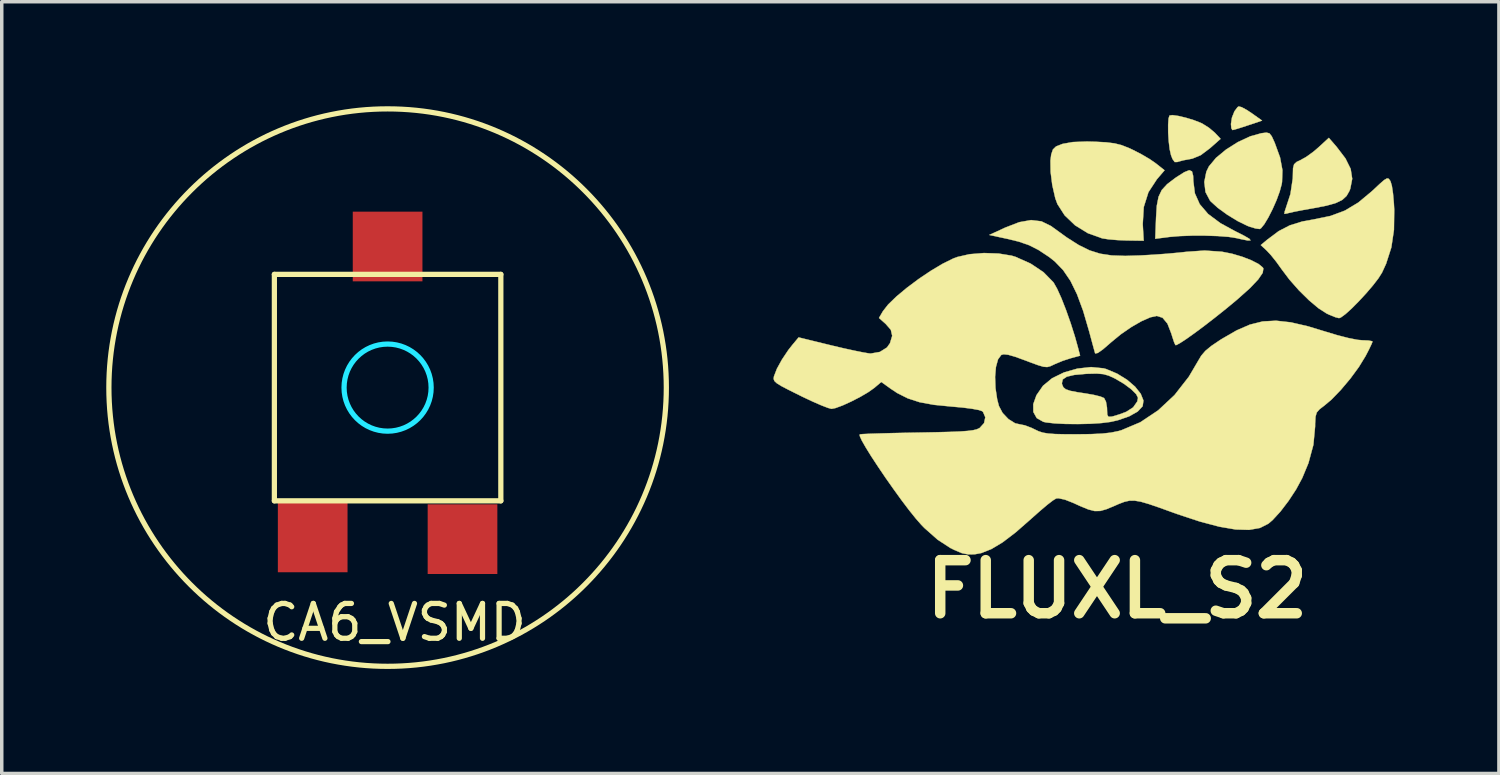
<source format=kicad_pcb>
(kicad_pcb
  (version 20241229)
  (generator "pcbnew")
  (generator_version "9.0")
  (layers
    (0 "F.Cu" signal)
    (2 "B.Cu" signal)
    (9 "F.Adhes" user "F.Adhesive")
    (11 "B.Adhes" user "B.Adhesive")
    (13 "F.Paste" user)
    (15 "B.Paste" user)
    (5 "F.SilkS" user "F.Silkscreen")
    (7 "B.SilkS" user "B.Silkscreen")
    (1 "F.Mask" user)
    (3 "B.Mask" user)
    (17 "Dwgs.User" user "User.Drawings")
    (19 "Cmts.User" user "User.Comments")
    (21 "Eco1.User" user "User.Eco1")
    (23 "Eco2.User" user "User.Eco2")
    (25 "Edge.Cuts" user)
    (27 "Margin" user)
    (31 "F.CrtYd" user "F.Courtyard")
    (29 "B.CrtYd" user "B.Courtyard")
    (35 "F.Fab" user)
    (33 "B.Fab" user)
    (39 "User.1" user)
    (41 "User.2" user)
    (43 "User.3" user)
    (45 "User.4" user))
  (footprint "CA6_VSMD"
    (layer "F.Cu")
    (at 8.075 8.075)
    (property "Reference" "CA6_VSMD" (at 0.2 6.74 0) (layer "F.SilkS") (effects (font (size 1 1) (thickness 0.15))))
    (attr through_hole)
    (fp_line (start -3.25 -3.25) (end 3.25 -3.25) (stroke (width 0.15) (type solid)) (layer "F.SilkS"))
    (fp_line (start -3.25 3.25) (end -3.25 -3.25) (stroke (width 0.15) (type solid)) (layer "F.SilkS"))
    (fp_line (start 3.25 -3.25) (end 3.25 3.25) (stroke (width 0.15) (type solid)) (layer "F.SilkS"))
    (fp_line (start 3.25 3.25) (end -3.25 3.25) (stroke (width 0.15) (type solid)) (layer "F.SilkS"))
    (fp_circle (center 0 0) (end 8 0) (stroke (width 0.15) (type solid)) (fill no) (layer "F.SilkS"))
    (fp_circle (center 0 0) (end 1.25 0) (stroke (width 0.15) (type solid)) (fill no) (layer "B.CrtYd"))
    (pad "1" smd rect (at 2.15 4.35) (size 2 2) (layers "F.Cu" "F.Mask" "F.Paste"))
    (pad "2" smd rect (at -2.15 4.3) (size 2 2) (layers "F.Cu" "F.Mask" "F.Paste"))
    (pad "3" smd rect (at 0 -4.05) (size 2 2) (layers "F.Cu" "F.Mask" "F.Paste")))
  (footprint "FLUXL_S2"
    (layer "F.Cu")
    (at 28.216 6.462)
    (property "Reference" "FLUXL_S2" (at 0.8 7.4 0) (layer "F.SilkS") (effects (font (size 1.524 1.524) (thickness 0.3))))
    (attr through_hole)
    (fp_poly (pts (xy 4.374 -6.435) (xy 4.522 -6.354) (xy 4.657 -6.265) (xy 4.958 -6.051) (xy 4.554 -5.915) (xy 4.343 -5.846) (xy 4.182 -5.797) (xy 4.107 -5.779) (xy 4.076 -5.833) (xy 4.065 -5.953) (xy 4.094 -6.139) (xy 4.165 -6.317) (xy 4.255 -6.437) (xy 4.289 -6.457) (xy 4.374 -6.435)) (stroke (width 0.01) (type solid)) (fill yes) (layer "F.SilkS"))
    (fp_poly (pts (xy 2.555 -6.184) (xy 2.77 -6.133) (xy 2.995 -6.065) (xy 3.193 -5.988) (xy 3.239 -5.967) (xy 3.433 -5.845) (xy 3.604 -5.701) (xy 3.614 -5.69) (xy 3.767 -5.527) (xy 3.46 -5.256) (xy 3.196 -5.058) (xy 2.956 -4.959) (xy 2.894 -4.947) (xy 2.703 -4.912) (xy 2.553 -4.872) (xy 2.53 -4.863) (xy 2.451 -4.861) (xy 2.387 -4.949) (xy 2.344 -5.06) (xy 2.306 -5.228) (xy 2.279 -5.455) (xy 2.263 -5.703) (xy 2.262 -5.934) (xy 2.274 -6.111) (xy 2.301 -6.196) (xy 2.387 -6.208) (xy 2.555 -6.184)) (stroke (width 0.01) (type solid)) (fill yes) (layer "F.SilkS"))
    (fp_poly (pts (xy 2.946 -4.594) (xy 2.979 -4.468) (xy 2.985 -4.315) (xy 3.029 -3.964) (xy 3.168 -3.652) (xy 3.409 -3.37) (xy 3.762 -3.107) (xy 4.175 -2.881) (xy 4.443 -2.746) (xy 4.594 -2.658) (xy 4.628 -2.613) (xy 4.546 -2.61) (xy 4.348 -2.649) (xy 4.223 -2.678) (xy 4.001 -2.713) (xy 3.689 -2.737) (xy 3.325 -2.749) (xy 2.946 -2.749) (xy 2.588 -2.736) (xy 2.296 -2.711) (xy 1.892 -2.659) (xy 1.915 -3.262) (xy 1.937 -3.609) (xy 1.987 -3.864) (xy 2.079 -4.058) (xy 2.233 -4.226) (xy 2.463 -4.401) (xy 2.504 -4.429) (xy 2.726 -4.57) (xy 2.868 -4.627) (xy 2.946 -4.594)) (stroke (width 0.01) (type solid)) (fill yes) (layer "F.SilkS"))
    (fp_poly (pts (xy 7.094 -5.302) (xy 7.352 -4.964) (xy 7.501 -4.663) (xy 7.545 -4.38) (xy 7.49 -4.097) (xy 7.466 -4.034) (xy 7.383 -3.888) (xy 7.26 -3.775) (xy 7.075 -3.685) (xy 6.807 -3.609) (xy 6.435 -3.537) (xy 6.401 -3.531) (xy 6.124 -3.482) (xy 5.887 -3.436) (xy 5.723 -3.399) (xy 5.675 -3.385) (xy 5.599 -3.373) (xy 5.608 -3.445) (xy 5.616 -3.466) (xy 5.772 -3.943) (xy 5.84 -4.396) (xy 5.842 -4.486) (xy 5.847 -4.685) (xy 5.877 -4.797) (xy 5.951 -4.865) (xy 6.06 -4.916) (xy 6.227 -5.01) (xy 6.431 -5.157) (xy 6.576 -5.281) (xy 6.874 -5.555) (xy 7.094 -5.302)) (stroke (width 0.01) (type solid)) (fill yes) (layer "F.SilkS"))
    (fp_poly (pts (xy 5.171 -5.684) (xy 5.238 -5.596) (xy 5.319 -5.418) (xy 5.321 -5.414) (xy 5.474 -4.993) (xy 5.542 -4.629) (xy 5.531 -4.289) (xy 5.521 -4.226) (xy 5.464 -4.016) (xy 5.373 -3.767) (xy 5.259 -3.509) (xy 5.137 -3.269) (xy 5.022 -3.077) (xy 4.927 -2.961) (xy 4.889 -2.939) (xy 4.774 -2.954) (xy 4.601 -3.006) (xy 4.54 -3.029) (xy 4.259 -3.166) (xy 3.962 -3.347) (xy 3.69 -3.544) (xy 3.487 -3.728) (xy 3.462 -3.757) (xy 3.334 -4) (xy 3.3 -4.29) (xy 3.359 -4.585) (xy 3.433 -4.737) (xy 3.636 -4.981) (xy 3.927 -5.222) (xy 4.267 -5.436) (xy 4.621 -5.6) (xy 4.937 -5.688) (xy 5.083 -5.706) (xy 5.171 -5.684)) (stroke (width 0.01) (type solid)) (fill yes) (layer "F.SilkS"))
    (fp_poly (pts (xy 0.164 -5.444) (xy 0.485 -5.427) (xy 0.723 -5.397) (xy 0.924 -5.347) (xy 1.132 -5.265) (xy 1.234 -5.218) (xy 1.49 -5.087) (xy 1.737 -4.942) (xy 1.911 -4.821) (xy 2.159 -4.624) (xy 1.939 -4.367) (xy 1.696 -3.995) (xy 1.562 -3.57) (xy 1.533 -3.081) (xy 1.535 -3.043) (xy 1.56 -2.603) (xy 1.082 -2.61) (xy 0.808 -2.621) (xy 0.551 -2.643) (xy 0.365 -2.672) (xy 0.364 -2.673) (xy -0.043 -2.819) (xy -0.409 -3.045) (xy -0.708 -3.331) (xy -0.916 -3.655) (xy -0.977 -3.82) (xy -1.064 -4.202) (xy -1.111 -4.576) (xy -1.116 -4.903) (xy -1.094 -5.078) (xy -1.045 -5.222) (xy -0.955 -5.309) (xy -0.785 -5.376) (xy -0.76 -5.384) (xy -0.473 -5.435) (xy -0.07 -5.45) (xy 0.164 -5.444)) (stroke (width 0.01) (type solid)) (fill yes) (layer "F.SilkS"))
    (fp_poly (pts (xy 8.593 -4.382) (xy 8.633 -4.327) (xy 8.645 -4.306) (xy 8.683 -4.179) (xy 8.716 -3.958) (xy 8.741 -3.676) (xy 8.751 -3.493) (xy 8.743 -2.914) (xy 8.668 -2.41) (xy 8.518 -1.943) (xy 8.4 -1.687) (xy 8.298 -1.525) (xy 8.14 -1.32) (xy 7.946 -1.093) (xy 7.736 -0.866) (xy 7.532 -0.66) (xy 7.353 -0.498) (xy 7.219 -0.4) (xy 7.167 -0.381) (xy 7.061 -0.408) (xy 6.894 -0.475) (xy 6.807 -0.516) (xy 6.575 -0.666) (xy 6.302 -0.896) (xy 6.015 -1.179) (xy 5.742 -1.489) (xy 5.519 -1.785) (xy 5.364 -2.001) (xy 5.207 -2.196) (xy 5.094 -2.317) (xy 4.921 -2.478) (xy 5.112 -2.637) (xy 5.436 -2.879) (xy 5.754 -3.044) (xy 6.113 -3.155) (xy 6.427 -3.212) (xy 6.922 -3.314) (xy 7.338 -3.469) (xy 7.719 -3.698) (xy 8.107 -4.021) (xy 8.132 -4.044) (xy 8.334 -4.233) (xy 8.464 -4.346) (xy 8.544 -4.392) (xy 8.593 -4.382)) (stroke (width 0.01) (type solid)) (fill yes) (layer "F.SilkS"))
    (fp_poly (pts (xy 0.405 1.059) (xy 0.483 1.08) (xy 0.799 1.213) (xy 1.081 1.387) (xy 1.312 1.585) (xy 1.475 1.79) (xy 1.553 1.984) (xy 1.53 2.147) (xy 1.387 2.3) (xy 1.142 2.438) (xy 0.818 2.55) (xy 0.605 2.598) (xy 0.352 2.63) (xy 0.03 2.651) (xy -0.326 2.659) (xy -0.679 2.656) (xy -0.994 2.64) (xy -1.237 2.613) (xy -1.32 2.595) (xy -1.51 2.487) (xy -1.607 2.312) (xy -1.609 2.087) (xy -1.518 1.832) (xy -1.332 1.564) (xy -1.327 1.558) (xy -1.242 1.488) (xy -0.788 1.488) (xy -0.781 1.522) (xy -0.747 1.602) (xy -0.679 1.66) (xy -0.551 1.705) (xy -0.34 1.746) (xy -0.107 1.781) (xy 0.128 1.822) (xy 0.318 1.869) (xy 0.423 1.913) (xy 0.424 1.914) (xy 0.478 2.019) (xy 0.507 2.19) (xy 0.508 2.231) (xy 0.514 2.39) (xy 0.55 2.451) (xy 0.641 2.446) (xy 0.683 2.436) (xy 0.87 2.379) (xy 1.061 2.307) (xy 1.258 2.18) (xy 1.376 2.011) (xy 1.397 1.906) (xy 1.344 1.8) (xy 1.203 1.66) (xy 1 1.508) (xy 0.761 1.366) (xy 0.734 1.351) (xy 0.558 1.27) (xy 0.401 1.226) (xy 0.216 1.21) (xy -0.042 1.216) (xy -0.103 1.219) (xy -0.433 1.249) (xy -0.649 1.3) (xy -0.763 1.378) (xy -0.788 1.488) (xy -1.242 1.488) (xy -1.068 1.344) (xy -0.726 1.177) (xy -0.34 1.067) (xy 0.05 1.024) (xy 0.405 1.059)) (stroke (width 0.01) (type solid)) (fill yes) (layer "F.SilkS"))
    (fp_poly (pts (xy -1.375 -3.159) (xy -1.105 -3.027) (xy -1.057 -2.993) (xy -0.649 -2.698) (xy -0.305 -2.479) (xy 0.005 -2.326) (xy 0.311 -2.23) (xy 0.643 -2.18) (xy 1.031 -2.167) (xy 1.46 -2.18) (xy 1.831 -2.201) (xy 2.219 -2.229) (xy 2.571 -2.261) (xy 2.79 -2.285) (xy 3.308 -2.321) (xy 3.796 -2.288) (xy 3.806 -2.287) (xy 4.094 -2.23) (xy 4.385 -2.144) (xy 4.649 -2.042) (xy 4.858 -1.934) (xy 4.979 -1.834) (xy 4.995 -1.807) (xy 4.976 -1.681) (xy 4.847 -1.492) (xy 4.61 -1.242) (xy 4.263 -0.932) (xy 4.231 -0.904) (xy 3.922 -0.648) (xy 3.606 -0.396) (xy 3.301 -0.16) (xy 3.02 0.049) (xy 2.781 0.219) (xy 2.6 0.337) (xy 2.493 0.393) (xy 2.471 0.393) (xy 2.433 0.31) (xy 2.38 0.15) (xy 2.354 0.064) (xy 2.242 -0.224) (xy 2.102 -0.392) (xy 1.937 -0.445) (xy 1.748 -0.404) (xy 1.495 -0.292) (xy 1.206 -0.126) (xy 0.909 0.079) (xy 0.632 0.306) (xy 0.612 0.324) (xy 0.393 0.513) (xy 0.244 0.618) (xy 0.17 0.633) (xy 0.165 0.625) (xy 0.138 0.528) (xy 0.087 0.342) (xy 0.022 0.1) (xy -0.005 0) (xy -0.177 -0.589) (xy -0.354 -1.067) (xy -0.542 -1.452) (xy -0.753 -1.761) (xy -0.994 -2.01) (xy -1.154 -2.136) (xy -1.453 -2.334) (xy -1.727 -2.474) (xy -2.029 -2.578) (xy -2.363 -2.659) (xy -2.872 -2.768) (xy -2.415 -2.979) (xy -2.011 -3.135) (xy -1.671 -3.195) (xy -1.375 -3.159)) (stroke (width 0.01) (type solid)) (fill yes) (layer "F.SilkS"))
    (fp_poly (pts (xy -2.605 -2.235) (xy -2.231 -2.174) (xy -2.121 -2.141) (xy -1.686 -1.947) (xy -1.314 -1.698) (xy -1.035 -1.413) (xy -1.022 -1.396) (xy -0.923 -1.221) (xy -0.801 -0.951) (xy -0.669 -0.614) (xy -0.536 -0.237) (xy -0.413 0.15) (xy -0.327 0.459) (xy -0.265 0.697) (xy -0.529 0.768) (xy -0.761 0.843) (xy -0.987 0.937) (xy -1.016 0.951) (xy -1.121 1) (xy -1.211 1.023) (xy -1.317 1.014) (xy -1.469 0.97) (xy -1.696 0.887) (xy -1.83 0.836) (xy -2.127 0.728) (xy -2.329 0.67) (xy -2.459 0.656) (xy -2.528 0.676) (xy -2.621 0.802) (xy -2.681 1.021) (xy -2.705 1.305) (xy -2.694 1.624) (xy -2.645 1.95) (xy -2.595 2.141) (xy -2.489 2.341) (xy -2.321 2.518) (xy -2.13 2.637) (xy -1.997 2.667) (xy -1.85 2.696) (xy -1.656 2.77) (xy -1.574 2.81) (xy -1.454 2.867) (xy -1.332 2.906) (xy -1.182 2.931) (xy -0.977 2.946) (xy -0.693 2.952) (xy -0.381 2.953) (xy 0.042 2.948) (xy 0.366 2.933) (xy 0.62 2.905) (xy 0.834 2.861) (xy 0.921 2.836) (xy 1.462 2.608) (xy 1.975 2.266) (xy 2.445 1.827) (xy 2.855 1.302) (xy 3.111 0.867) (xy 3.21 0.7) (xy 3.33 0.559) (xy 3.499 0.419) (xy 3.746 0.252) (xy 3.813 0.21) (xy 4.227 -0.029) (xy 4.606 -0.194) (xy 4.975 -0.286) (xy 5.36 -0.307) (xy 5.784 -0.26) (xy 6.274 -0.147) (xy 6.737 -0.006) (xy 7.104 0.105) (xy 7.434 0.19) (xy 7.697 0.242) (xy 7.832 0.254) (xy 8.006 0.261) (xy 8.112 0.28) (xy 8.128 0.293) (xy 8.1 0.364) (xy 8.028 0.515) (xy 7.928 0.708) (xy 7.737 1.02) (xy 7.491 1.355) (xy 7.219 1.678) (xy 6.952 1.955) (xy 6.749 2.126) (xy 6.607 2.235) (xy 6.527 2.327) (xy 6.492 2.447) (xy 6.481 2.635) (xy 6.48 2.731) (xy 6.431 3.254) (xy 6.289 3.779) (xy 6.111 4.208) (xy 5.935 4.534) (xy 5.717 4.866) (xy 5.484 5.171) (xy 5.26 5.415) (xy 5.138 5.519) (xy 4.897 5.641) (xy 4.586 5.696) (xy 4.2 5.685) (xy 3.731 5.605) (xy 3.172 5.457) (xy 2.515 5.24) (xy 2.413 5.203) (xy 2.011 5.058) (xy 1.707 4.954) (xy 1.476 4.887) (xy 1.298 4.857) (xy 1.148 4.859) (xy 1.006 4.891) (xy 0.848 4.951) (xy 0.717 5.009) (xy 0.49 5.103) (xy 0.315 5.153) (xy 0.154 5.156) (xy -0.028 5.11) (xy -0.266 5.012) (xy -0.46 4.923) (xy -0.699 4.829) (xy -0.882 4.789) (xy -0.95 4.794) (xy -1.043 4.85) (xy -1.207 4.976) (xy -1.417 5.154) (xy -1.654 5.364) (xy -1.677 5.385) (xy -2.113 5.767) (xy -2.488 6.053) (xy -2.814 6.248) (xy -3.102 6.362) (xy -3.289 6.397) (xy -3.481 6.4) (xy -3.659 6.364) (xy -3.872 6.274) (xy -3.989 6.216) (xy -4.353 5.979) (xy -4.732 5.644) (xy -4.82 5.554) (xy -4.982 5.369) (xy -5.177 5.126) (xy -5.394 4.839) (xy -5.621 4.525) (xy -5.849 4.201) (xy -6.064 3.883) (xy -6.258 3.588) (xy -6.417 3.331) (xy -6.532 3.129) (xy -6.591 2.998) (xy -6.589 2.955) (xy -6.505 2.947) (xy -6.313 2.938) (xy -6.03 2.929) (xy -5.675 2.919) (xy -5.264 2.91) (xy -4.91 2.904) (xy -4.404 2.894) (xy -4.009 2.884) (xy -3.71 2.872) (xy -3.492 2.856) (xy -3.337 2.836) (xy -3.232 2.811) (xy -3.16 2.778) (xy -3.147 2.771) (xy -3.021 2.631) (xy -2.986 2.464) (xy -3.05 2.314) (xy -3.076 2.289) (xy -3.172 2.256) (xy -3.367 2.22) (xy -3.633 2.186) (xy -3.942 2.158) (xy -3.956 2.157) (xy -4.462 2.107) (xy -4.871 2.032) (xy -5.212 1.921) (xy -5.516 1.768) (xy -5.698 1.647) (xy -5.971 1.451) (xy -6.176 1.624) (xy -6.347 1.745) (xy -6.577 1.88) (xy -6.834 2.012) (xy -7.082 2.125) (xy -7.286 2.2) (xy -7.399 2.223) (xy -7.502 2.195) (xy -7.694 2.121) (xy -7.948 2.01) (xy -8.239 1.873) (xy -8.311 1.837) (xy -8.623 1.682) (xy -8.837 1.57) (xy -8.97 1.488) (xy -9.039 1.423) (xy -9.061 1.364) (xy -9.053 1.297) (xy -9.05 1.286) (xy -8.967 1.071) (xy -8.821 0.806) (xy -8.639 0.534) (xy -8.524 0.388) (xy -8.344 0.172) (xy -7.395 0.404) (xy -7.051 0.485) (xy -6.74 0.553) (xy -6.486 0.604) (xy -6.317 0.632) (xy -6.274 0.635) (xy -6.012 0.589) (xy -5.809 0.462) (xy -5.722 0.339) (xy -5.658 0.127) (xy -5.697 -0.045) (xy -5.844 -0.214) (xy -6.037 -0.386) (xy -5.924 -0.58) (xy -5.775 -0.771) (xy -5.538 -1.001) (xy -5.238 -1.251) (xy -4.9 -1.504) (xy -4.549 -1.74) (xy -4.21 -1.942) (xy -3.909 -2.091) (xy -3.793 -2.135) (xy -3.439 -2.216) (xy -3.025 -2.249) (xy -2.605 -2.235)) (stroke (width 0.01) (type solid)) (fill yes) (layer "F.SilkS")))
  (gr_rect
    (start -3 -3)
    (end 39.972 19.15)
    (stroke (width 0.1) (type default))
    (fill no)
    (layer "Edge.Cuts")))
</source>
